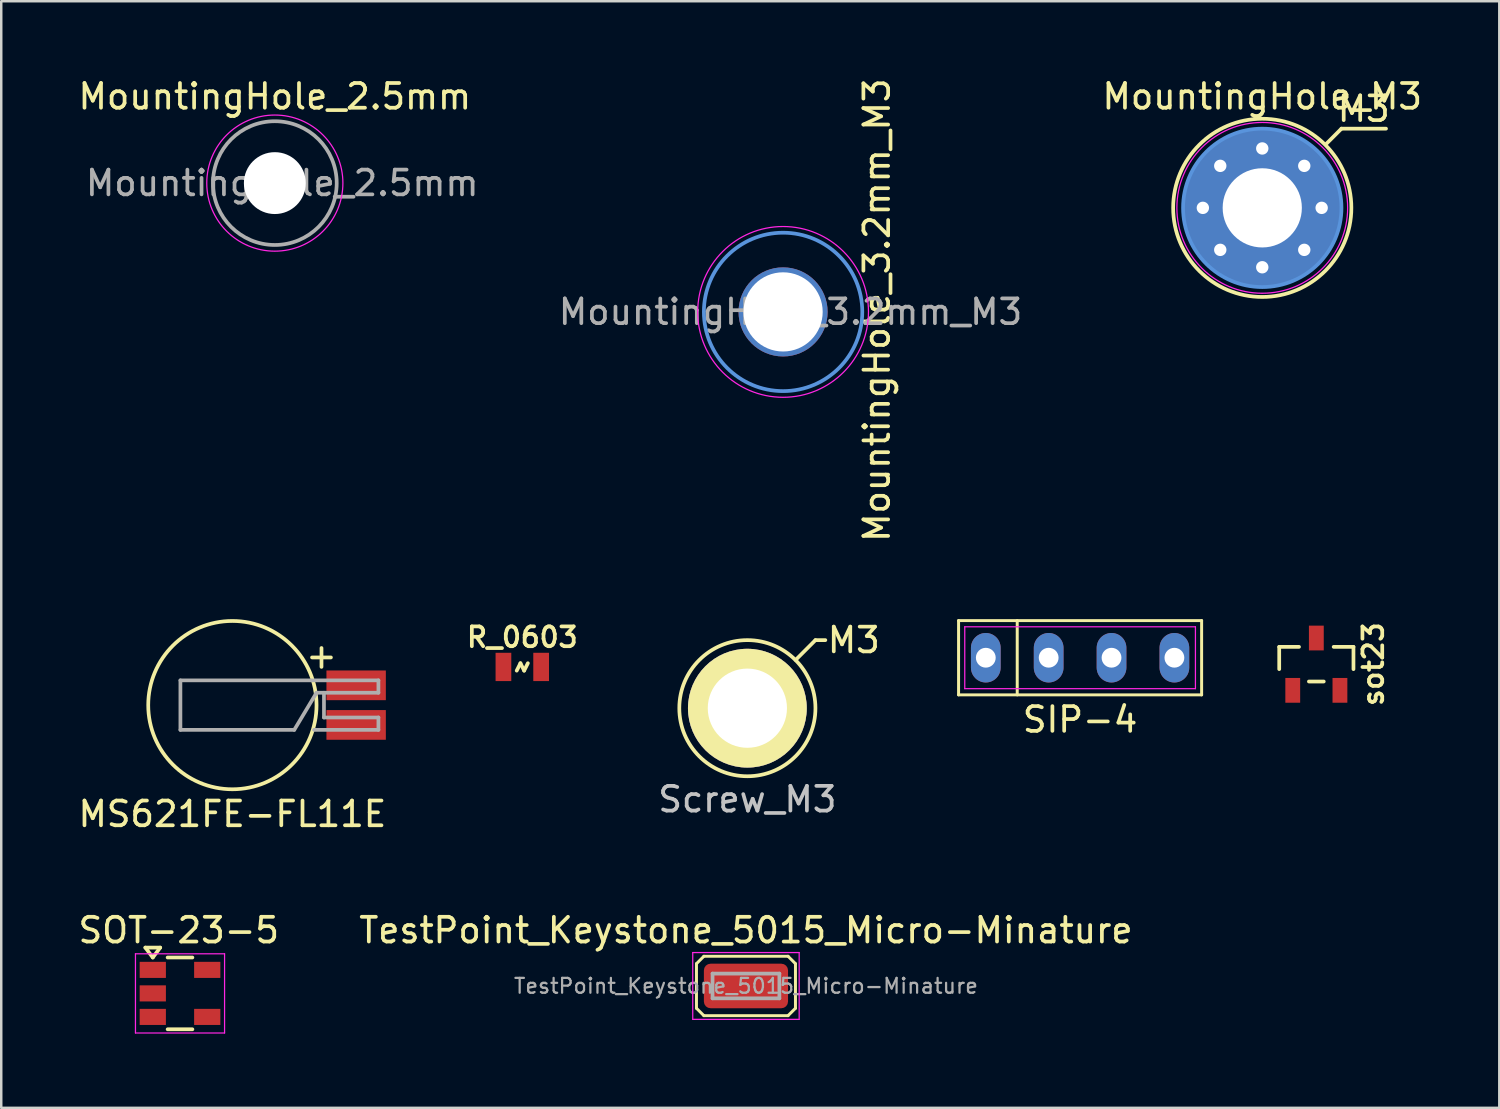
<source format=kicad_pcb>
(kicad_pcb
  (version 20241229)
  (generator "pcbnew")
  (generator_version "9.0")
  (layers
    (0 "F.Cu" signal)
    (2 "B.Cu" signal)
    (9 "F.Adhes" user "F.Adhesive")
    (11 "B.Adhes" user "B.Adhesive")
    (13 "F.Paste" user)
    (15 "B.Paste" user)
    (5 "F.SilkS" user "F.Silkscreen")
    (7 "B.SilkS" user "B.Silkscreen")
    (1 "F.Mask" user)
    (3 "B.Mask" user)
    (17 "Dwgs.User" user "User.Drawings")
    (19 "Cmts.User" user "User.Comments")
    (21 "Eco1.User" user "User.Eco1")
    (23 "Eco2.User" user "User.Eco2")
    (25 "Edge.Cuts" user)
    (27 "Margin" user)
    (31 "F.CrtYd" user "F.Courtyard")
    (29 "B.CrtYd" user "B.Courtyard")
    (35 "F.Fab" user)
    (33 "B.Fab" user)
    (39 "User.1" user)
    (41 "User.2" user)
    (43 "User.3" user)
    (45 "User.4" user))
  (footprint "sot23"
    (layer "F.Cu")
    (at 50.134 23.785)
    (property "Reference" "sot23" (at 2.3 0 90) (layer "F.SilkS") (effects (font (size 0.8 0.8) (thickness 0.15))))
    (attr smd)
    (fp_line (start -1.5 -0.7) (end -0.7 -0.7) (stroke (width 0.15) (type solid)) (layer "F.SilkS"))
    (fp_line (start -1.5 0.2) (end -1.5 -0.7) (stroke (width 0.15) (type solid)) (layer "F.SilkS"))
    (fp_line (start 0.3 0.7) (end -0.3 0.7) (stroke (width 0.15) (type solid)) (layer "F.SilkS"))
    (fp_line (start 1.5 -0.7) (end 0.7 -0.7) (stroke (width 0.15) (type solid)) (layer "F.SilkS"))
    (fp_line (start 1.5 0.2) (end 1.5 -0.7) (stroke (width 0.15) (type solid)) (layer "F.SilkS"))
    (pad "1" smd rect (at -0.953 1.057) (size 0.599 1.001) (layers "F.Cu" "F.Mask" "F.Paste"))
    (pad "2" smd rect (at 0.953 1.057) (size 0.599 1.001) (layers "F.Cu" "F.Mask" "F.Paste"))
    (pad "3" smd rect (at 0 -1.057) (size 0.599 1.001) (layers "F.Cu" "F.Mask" "F.Paste")))
  (footprint "MountingHole_3.2mm_M3"
    (layer "F.Cu")
    (at 28.589 9.552)
    (property "Reference" "MountingHole_3.2mm_M3" (at 3.79 -0.07 90) (layer "F.SilkS") (effects (font (size 1 1) (thickness 0.15))))
    (attr exclude_from_pos_files exclude_from_bom)
    (fp_circle (center 0 0) (end 3.2 0) (stroke (width 0.15) (type solid)) (fill no) (layer "Cmts.User"))
    (fp_circle (center 0 0) (end 3.45 0) (stroke (width 0.05) (type solid)) (fill no) (layer "F.CrtYd"))
    (fp_text user "${REFERENCE}" (at 0.3 0 0) (layer "F.Fab") (effects (font (size 1 1) (thickness 0.15))))
    (pad "" np_thru_hole circle (at 0 0) (size 3.6 3.6) (drill 3.2) (layers "*.Cu" "*.Mask")))
  (footprint "SOT-23-5"
    (layer "F.Cu")
    (at 4.223 37.086)
    (property "Reference" "SOT-23-5" (at -0.05 -2.55 0) (layer "F.SilkS") (effects (font (size 1 1) (thickness 0.15))))
    (attr smd)
    (fp_line (start -1.4 -1.85) (end -0.8 -1.85) (stroke (width 0.15) (type solid)) (layer "F.SilkS"))
    (fp_line (start -1.1 -1.45) (end -1.4 -1.85) (stroke (width 0.15) (type solid)) (layer "F.SilkS"))
    (fp_line (start -0.8 -1.85) (end -1.1 -1.45) (stroke (width 0.15) (type solid)) (layer "F.SilkS"))
    (fp_line (start -0.5 -1.45) (end 0.5 -1.45) (stroke (width 0.15) (type solid)) (layer "F.SilkS"))
    (fp_line (start -0.5 1.45) (end 0.5 1.45) (stroke (width 0.15) (type solid)) (layer "F.SilkS"))
    (fp_line (start -1.8 -1.6) (end 1.8 -1.6) (stroke (width 0.05) (type solid)) (layer "F.CrtYd"))
    (fp_line (start -1.8 1.6) (end -1.8 -1.6) (stroke (width 0.05) (type solid)) (layer "F.CrtYd"))
    (fp_line (start 1.8 -1.6) (end 1.8 1.6) (stroke (width 0.05) (type solid)) (layer "F.CrtYd"))
    (fp_line (start 1.8 1.6) (end -1.8 1.6) (stroke (width 0.05) (type solid)) (layer "F.CrtYd"))
    (pad "1" smd rect (at -1.1 -0.95) (size 1.06 0.65) (layers "F.Cu" "F.Mask" "F.Paste"))
    (pad "2" smd rect (at -1.1 0) (size 1.06 0.65) (layers "F.Cu" "F.Mask" "F.Paste"))
    (pad "3" smd rect (at -1.1 0.95) (size 1.06 0.65) (layers "F.Cu" "F.Mask" "F.Paste"))
    (pad "4" smd rect (at 1.1 0.95) (size 1.06 0.65) (layers "F.Cu" "F.Mask" "F.Paste"))
    (pad "5" smd rect (at 1.1 -0.95) (size 1.06 0.65) (layers "F.Cu" "F.Mask" "F.Paste")))
  (footprint "MS621FE-FL11E"
    (layer "F.Cu")
    (at 6.339 25.439)
    (property "Reference" "MS621FE-FL11E" (at 0 4.4 0) (layer "F.SilkS") (effects (font (size 1 1) (thickness 0.15))))
    (attr through_hole)
    (fp_circle (center 0 0) (end 3.4 0) (stroke (width 0.15) (type solid)) (fill no) (layer "F.SilkS"))
    (fp_line (start -2.1 -1) (end -2.1 1) (stroke (width 0.15) (type solid)) (layer "F.Fab"))
    (fp_line (start -2.1 1) (end 2.5 1) (stroke (width 0.15) (type solid)) (layer "F.Fab"))
    (fp_line (start 3.4 -0.5) (end 2.5 1) (stroke (width 0.15) (type solid)) (layer "F.Fab"))
    (fp_line (start 3.4 -0.5) (end 5.9 -0.5) (stroke (width 0.15) (type solid)) (layer "F.Fab"))
    (fp_line (start 3.7 0.5) (end 3.7 -0.5) (stroke (width 0.15) (type solid)) (layer "F.Fab"))
    (fp_line (start 5.9 -1) (end -2.1 -1) (stroke (width 0.15) (type solid)) (layer "F.Fab"))
    (fp_line (start 5.9 -0.5) (end 5.9 -1) (stroke (width 0.15) (type solid)) (layer "F.Fab"))
    (fp_line (start 5.9 0.5) (end 3.7 0.5) (stroke (width 0.15) (type solid)) (layer "F.Fab"))
    (fp_line (start 5.9 0.5) (end 5.9 1) (stroke (width 0.15) (type solid)) (layer "F.Fab"))
    (fp_line (start 5.9 1) (end 3.3 1) (stroke (width 0.15) (type solid)) (layer "F.Fab"))
    (fp_text user "+" (at 3.6 -2 0) (layer "F.SilkS") (effects (font (size 1 1) (thickness 0.15))))
    (pad "1" smd rect (at 5 -0.8) (size 2.4 1.2) (layers "F.Cu" "F.Mask" "F.Paste"))
    (pad "2" smd rect (at 5 0.8) (size 2.4 1.2) (layers "F.Cu" "F.Mask" "F.Paste")))
  (footprint "MountingHole_2.5mm"
    (layer "F.Cu")
    (at 8.054 4.348)
    (property "Reference" "MountingHole_2.5mm" (at 0 -3.5 0) (layer "F.SilkS") (effects (font (size 1 1) (thickness 0.15))))
    (attr exclude_from_pos_files exclude_from_bom)
    (fp_circle (center 0 0) (end 2.75 0) (stroke (width 0.05) (type solid)) (fill no) (layer "F.CrtYd"))
    (fp_circle (center 0 0) (end 2.5 0) (stroke (width 0.15) (type solid)) (fill no) (layer "F.Fab"))
    (fp_text user "${REFERENCE}" (at 0.3 0 0) (layer "F.Fab") (effects (font (size 1 1) (thickness 0.15))))
    (pad "" np_thru_hole circle (at 0 0) (size 2.5 2.5) (drill 2.5) (layers "*.Cu" "*.Mask")))
  (footprint "TestPoint_Keystone_5015_Micro-Minature"
    (layer "F.Cu")
    (at 27.089 36.786)
    (property "Reference" "TestPoint_Keystone_5015_Micro-Minature" (at 0 -2.25 0) (layer "F.SilkS") (effects (font (size 1 1) (thickness 0.15))))
    (attr smd)
    (fp_line (start -2 -0.9) (end -1.7 -1.2) (stroke (width 0.12) (type solid)) (layer "F.SilkS"))
    (fp_line (start -2 0.9) (end -2 -0.9) (stroke (width 0.12) (type solid)) (layer "F.SilkS"))
    (fp_line (start -1.7 -1.2) (end 1.7 -1.2) (stroke (width 0.12) (type solid)) (layer "F.SilkS"))
    (fp_line (start -1.7 1.2) (end -2 0.9) (stroke (width 0.12) (type solid)) (layer "F.SilkS"))
    (fp_line (start 1.7 -1.2) (end 2 -0.9) (stroke (width 0.12) (type solid)) (layer "F.SilkS"))
    (fp_line (start 1.7 1.2) (end -1.7 1.2) (stroke (width 0.12) (type solid)) (layer "F.SilkS"))
    (fp_line (start 2 -0.9) (end 2 0.9) (stroke (width 0.12) (type solid)) (layer "F.SilkS"))
    (fp_line (start 2 0.9) (end 1.7 1.2) (stroke (width 0.12) (type solid)) (layer "F.SilkS"))
    (fp_line (start -2.15 -1.35) (end 2.15 -1.35) (stroke (width 0.05) (type solid)) (layer "F.CrtYd"))
    (fp_line (start -2.15 1.35) (end -2.15 -1.35) (stroke (width 0.05) (type solid)) (layer "F.CrtYd"))
    (fp_line (start 2.15 -1.35) (end 2.15 1.35) (stroke (width 0.05) (type solid)) (layer "F.CrtYd"))
    (fp_line (start 2.15 1.35) (end -2.15 1.35) (stroke (width 0.05) (type solid)) (layer "F.CrtYd"))
    (fp_line (start -1.35 0.5) (end -1.35 -0.5) (stroke (width 0.15) (type solid)) (layer "F.Fab"))
    (fp_line (start -1.35 0.5) (end 1.35 0.5) (stroke (width 0.15) (type solid)) (layer "F.Fab"))
    (fp_line (start 1.35 -0.5) (end -1.35 -0.5) (stroke (width 0.15) (type solid)) (layer "F.Fab"))
    (fp_line (start 1.35 -0.5) (end 1.35 0.5) (stroke (width 0.15) (type solid)) (layer "F.Fab"))
    (fp_text user "${REFERENCE}" (at 0 0 0) (layer "F.Fab") (effects (font (size 0.6 0.6) (thickness 0.09))))
    (pad "1" smd roundrect (at 0 0) (size 3.4 1.8) (layers "F.Cu" "F.Mask" "F.Paste") (roundrect_rratio 0.15)))
  (footprint "MountingHole_M3"
    (layer "F.Cu")
    (at 47.949 5.348)
    (property "Reference" "MountingHole_M3" (at 0 -4.5 0) (layer "F.SilkS") (effects (font (size 1 1) (thickness 0.15))))
    (attr through_hole)
    (fp_line (start 2.6 -2.6) (end 3.2 -3.2) (stroke (width 0.15) (type solid)) (layer "F.SilkS"))
    (fp_line (start 3.2 -3.2) (end 5 -3.2) (stroke (width 0.15) (type solid)) (layer "F.SilkS"))
    (fp_circle (center 0 0) (end 3.6 0) (stroke (width 0.15) (type solid)) (fill no) (layer "F.SilkS"))
    (fp_circle (center 0 0) (end 3.2 0) (stroke (width 0.15) (type solid)) (fill no) (layer "Cmts.User"))
    (fp_circle (center 0 0) (end 3.45 0) (stroke (width 0.05) (type solid)) (fill no) (layer "F.CrtYd"))
    (fp_text user "M3" (at 4.1 -4 0) (layer "F.SilkS") (effects (font (size 1 1) (thickness 0.15))))
    (pad "" thru_hole circle (at -2.4 0) (size 0.6 0.6) (drill 0.5) (layers "*.Cu" "*.Mask"))
    (pad "" thru_hole circle (at -1.697 -1.697) (size 0.6 0.6) (drill 0.5) (layers "*.Cu" "*.Mask"))
    (pad "" thru_hole circle (at -1.697 1.697) (size 0.6 0.6) (drill 0.5) (layers "*.Cu" "*.Mask"))
    (pad "" thru_hole circle (at 0 -2.4) (size 0.6 0.6) (drill 0.5) (layers "*.Cu" "*.Mask"))
    (pad "" thru_hole circle (at 0 0) (size 6.4 6.4) (drill 3.2) (layers "*.Cu" "*.Mask"))
    (pad "" thru_hole circle (at 0 2.4) (size 0.6 0.6) (drill 0.5) (layers "*.Cu" "*.Mask"))
    (pad "" thru_hole circle (at 1.697 -1.697) (size 0.6 0.6) (drill 0.5) (layers "*.Cu" "*.Mask"))
    (pad "" thru_hole circle (at 1.697 1.697) (size 0.6 0.6) (drill 0.5) (layers "*.Cu" "*.Mask"))
    (pad "" thru_hole circle (at 2.4 0) (size 0.6 0.6) (drill 0.5) (layers "*.Cu" "*.Mask")))
  (footprint "Screw_M3"
    (layer "F.Cu")
    (at 27.146 25.563)
    (property "Reference" "Screw_M3" (at 0 3.683 0) (layer "Dwgs.User") (effects (font (size 1 1) (thickness 0.15))))
    (attr through_hole)
    (fp_line (start 2.75 -2.75) (end 1.95 -1.95) (stroke (width 0.15) (type solid)) (layer "F.SilkS"))
    (fp_line (start 2.75 -2.75) (end 3.15 -2.75) (stroke (width 0.15) (type solid)) (layer "F.SilkS"))
    (fp_circle (center 0 0) (end 2.75 0) (stroke (width 0.15) (type solid)) (fill no) (layer "F.SilkS"))
    (fp_text user "M3" (at 4.3 -2.75 0) (layer "F.SilkS") (effects (font (size 1 1) (thickness 0.15))))
    (pad "" thru_hole circle (at 0 0) (size 4.8 4.8) (drill 3.2) (layers "*.Cu" "*.Mask" "F.SilkS")))
  (footprint "SIP-4"
    (layer "F.Cu")
    (at 40.589 23.524)
    (property "Reference" "SIP-4" (at 0 2.5 0) (layer "F.SilkS") (effects (font (size 1 1) (thickness 0.15))))
    (attr through_hole)
    (fp_line (start -4.91 -1.5) (end 4.91 -1.5) (stroke (width 0.12) (type solid)) (layer "F.SilkS"))
    (fp_line (start -4.91 1.5) (end -4.91 -1.5) (stroke (width 0.12) (type solid)) (layer "F.SilkS"))
    (fp_line (start -2.54 -1.5) (end -2.54 1.5) (stroke (width 0.12) (type solid)) (layer "F.SilkS"))
    (fp_line (start 4.91 -1.5) (end 4.91 1.5) (stroke (width 0.12) (type solid)) (layer "F.SilkS"))
    (fp_line (start 4.91 1.5) (end -4.91 1.5) (stroke (width 0.12) (type solid)) (layer "F.SilkS"))
    (fp_line (start -4.66 -1.25) (end 4.66 -1.25) (stroke (width 0.05) (type solid)) (layer "F.CrtYd"))
    (fp_line (start -4.66 1.25) (end -4.66 -1.25) (stroke (width 0.05) (type solid)) (layer "F.CrtYd"))
    (fp_line (start 4.66 -1.25) (end 4.66 1.25) (stroke (width 0.05) (type solid)) (layer "F.CrtYd"))
    (fp_line (start 4.66 1.25) (end -4.66 1.25) (stroke (width 0.05) (type solid)) (layer "F.CrtYd"))
    (pad "1" thru_hole oval (at -3.81 0) (size 1.2 2) (drill 0.8) (layers "*.Cu" "*.Mask"))
    (pad "2" thru_hole oval (at -1.27 0) (size 1.2 2) (drill 0.8) (layers "*.Cu" "*.Mask"))
    (pad "3" thru_hole oval (at 1.27 0) (size 1.2 2) (drill 0.8) (layers "*.Cu" "*.Mask"))
    (pad "4" thru_hole oval (at 3.81 0) (size 1.2 2) (drill 0.8) (layers "*.Cu" "*.Mask")))
  (footprint "R_0603"
    (layer "F.Cu")
    (at 18.052 23.896)
    (property "Reference" "R_0603" (at 0 -1.2 0) (layer "F.SilkS") (effects (font (size 0.8 0.8) (thickness 0.15))))
    (attr smd)
    (fp_line (start -0.225 0.15) (end -0.075 -0.15) (stroke (width 0.15) (type solid)) (layer "F.SilkS"))
    (fp_line (start -0.075 -0.15) (end 0.075 0.15) (stroke (width 0.15) (type solid)) (layer "F.SilkS"))
    (fp_line (start 0.075 0.15) (end 0.225 -0.15) (stroke (width 0.15) (type solid)) (layer "F.SilkS"))
    (pad "1" smd rect (at -0.762 0) (size 0.635 1.143) (layers "F.Cu" "F.Mask" "F.Paste"))
    (pad "2" smd rect (at 0.762 0) (size 0.635 1.143) (layers "F.Cu" "F.Mask" "F.Paste")))
  (gr_rect
    (start -3 -3)
    (end 57.526 41.711)
    (stroke (width 0.1) (type default))
    (fill no)
    (layer "Edge.Cuts")))
</source>
